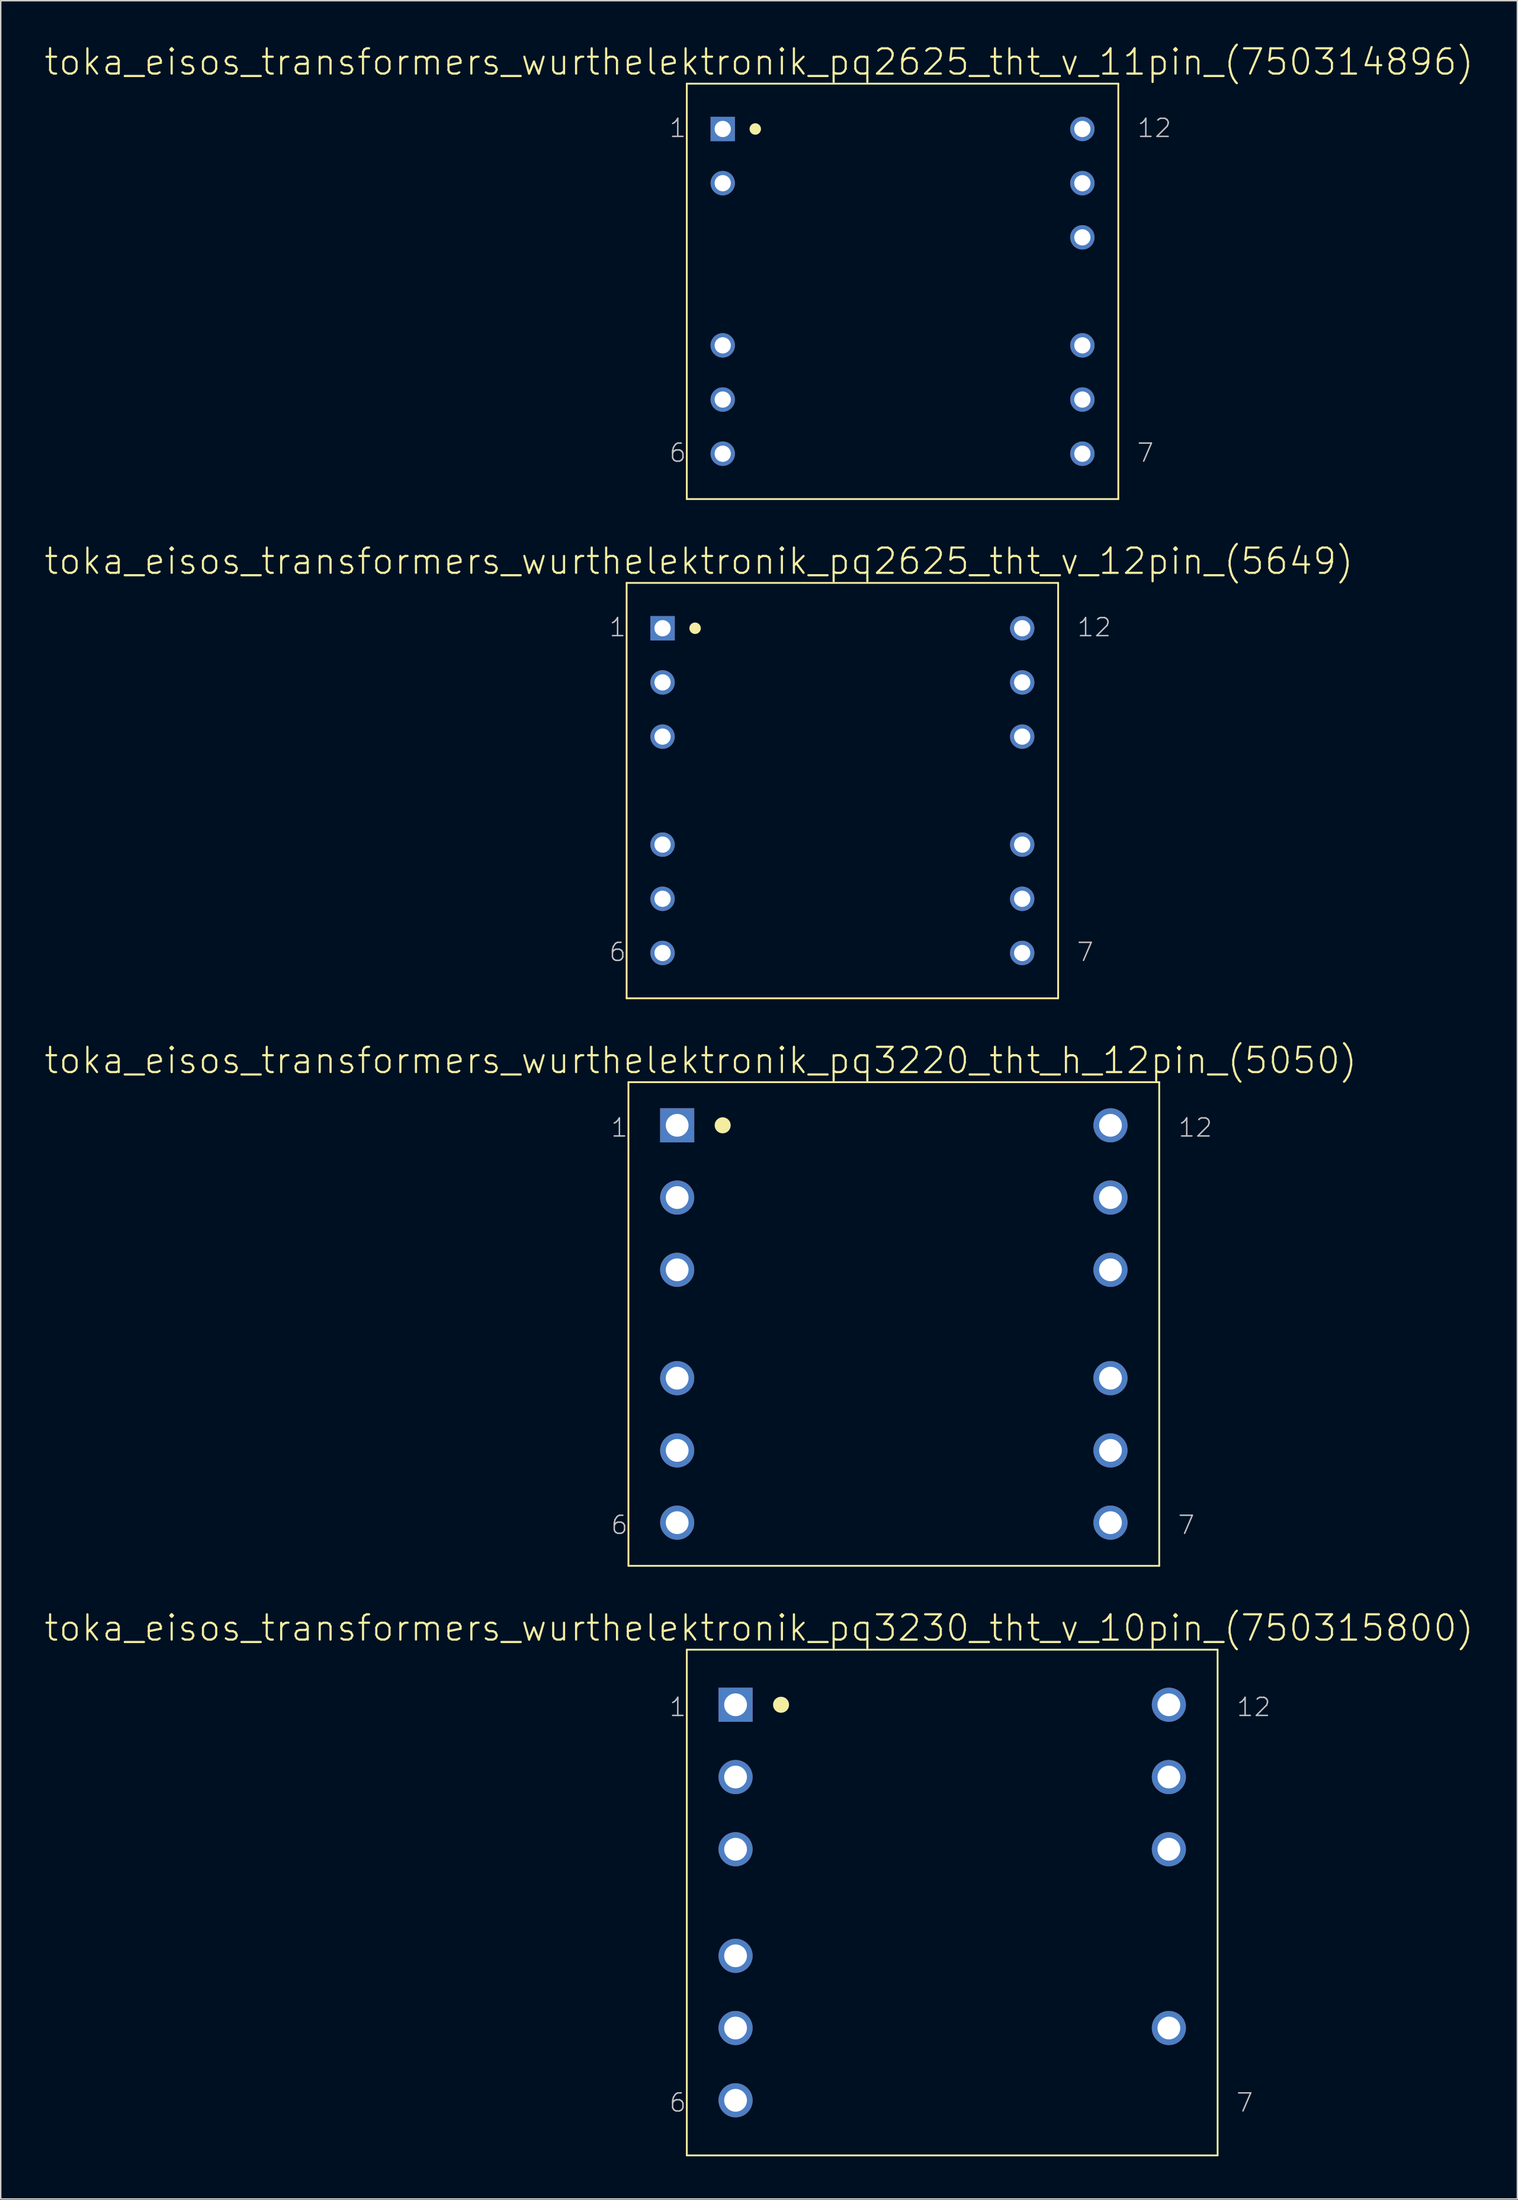
<source format=kicad_pcb>
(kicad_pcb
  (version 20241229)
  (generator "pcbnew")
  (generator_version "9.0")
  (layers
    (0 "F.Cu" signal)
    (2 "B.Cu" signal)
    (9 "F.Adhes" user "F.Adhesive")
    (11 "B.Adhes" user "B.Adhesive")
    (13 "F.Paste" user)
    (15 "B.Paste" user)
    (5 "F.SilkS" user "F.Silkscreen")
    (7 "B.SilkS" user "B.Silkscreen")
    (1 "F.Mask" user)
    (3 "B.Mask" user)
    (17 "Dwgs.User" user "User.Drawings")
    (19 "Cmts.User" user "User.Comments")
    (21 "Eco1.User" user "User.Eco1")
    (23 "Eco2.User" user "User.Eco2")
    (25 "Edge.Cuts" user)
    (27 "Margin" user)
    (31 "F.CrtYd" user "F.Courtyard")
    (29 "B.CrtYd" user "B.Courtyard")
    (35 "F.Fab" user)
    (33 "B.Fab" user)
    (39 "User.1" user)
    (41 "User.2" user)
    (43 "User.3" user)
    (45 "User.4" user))
  (footprint "toka_eisos_transformers_wurthelektronik_pq2625_tht_v_11pin_(750314896)"
    (layer "F.Cu")
    (at 60.439 17.437)
    (property "Reference" "toka_eisos_transformers_wurthelektronik_pq2625_tht_v_11pin_(750314896)" (at -10.097 -16.129 0) (layer "F.SilkS") (effects (font (size 1.778 1.778) (thickness 0.152))))
    (attr exclude_from_pos_files exclude_from_bom)
    (fp_line (start -15.177 -14.605) (end -15.177 14.605) (stroke (width 0.127) (type solid)) (layer "F.SilkS"))
    (fp_line (start -15.177 -14.605) (end 15.177 -14.605) (stroke (width 0.127) (type solid)) (layer "F.SilkS"))
    (fp_line (start -15.177 14.605) (end 15.177 14.605) (stroke (width 0.127) (type solid)) (layer "F.SilkS"))
    (fp_line (start 15.177 -14.605) (end 15.177 14.605) (stroke (width 0.127) (type solid)) (layer "F.SilkS"))
    (fp_circle (center -10.361 -11.417) (end -10.645 -11.702) (stroke (width 0) (type solid)) (fill yes) (layer "F.SilkS"))
    (fp_text user "7" (at 17.081 11.354 0) (layer "Dwgs.User") (effects (font (size 1.27 1.27) (thickness 0.102))))
    (fp_text user "1" (at -15.812 -11.481 0) (layer "Dwgs.User") (effects (font (size 1.27 1.27) (thickness 0.102))))
    (fp_text user "12" (at 17.716 -11.481 0) (layer "Dwgs.User") (effects (font (size 1.27 1.27) (thickness 0.102))))
    (fp_text user "6" (at -15.812 11.354 0) (layer "Dwgs.User") (effects (font (size 1.27 1.27) (thickness 0.102))))
    (pad "1" thru_hole rect (at -12.649 -11.417) (size 1.714 1.714) (drill 1.143) (layers "*.Cu" "*.Paste" "*.Mask"))
    (pad "2" thru_hole circle (at -12.649 -7.607) (size 1.714 1.714) (drill 1.143) (layers "*.Cu" "*.Paste" "*.Mask"))
    (pad "4" thru_hole circle (at -12.649 3.797) (size 1.714 1.714) (drill 1.143) (layers "*.Cu" "*.Paste" "*.Mask"))
    (pad "5" thru_hole circle (at -12.649 7.607) (size 1.714 1.714) (drill 1.143) (layers "*.Cu" "*.Paste" "*.Mask"))
    (pad "6" thru_hole circle (at -12.649 11.417) (size 1.714 1.714) (drill 1.143) (layers "*.Cu" "*.Paste" "*.Mask"))
    (pad "7" thru_hole circle (at 12.649 11.417) (size 1.714 1.714) (drill 1.143) (layers "*.Cu" "*.Paste" "*.Mask"))
    (pad "8" thru_hole circle (at 12.649 7.607) (size 1.714 1.714) (drill 1.143) (layers "*.Cu" "*.Paste" "*.Mask"))
    (pad "9" thru_hole circle (at 12.649 3.797) (size 1.714 1.714) (drill 1.143) (layers "*.Cu" "*.Paste" "*.Mask"))
    (pad "10" thru_hole circle (at 12.649 -3.797) (size 1.714 1.714) (drill 1.143) (layers "*.Cu" "*.Paste" "*.Mask"))
    (pad "11" thru_hole circle (at 12.649 -7.607) (size 1.714 1.714) (drill 1.143) (layers "*.Cu" "*.Paste" "*.Mask"))
    (pad "12" thru_hole circle (at 12.649 -11.417) (size 1.714 1.714) (drill 1.143) (layers "*.Cu" "*.Paste" "*.Mask")))
  (footprint "toka_eisos_transformers_wurthelektronik_pq3230_tht_v_10pin_(750315800)"
    (layer "F.Cu")
    (at 63.932 130.727)
    (property "Reference" "toka_eisos_transformers_wurthelektronik_pq3230_tht_v_10pin_(750315800)" (at -13.589 -19.304 0) (layer "F.SilkS") (effects (font (size 1.778 1.778) (thickness 0.152))))
    (attr exclude_from_pos_files exclude_from_bom)
    (fp_line (start -18.669 -17.78) (end -18.669 17.78) (stroke (width 0.127) (type solid)) (layer "F.SilkS"))
    (fp_line (start -18.669 -17.78) (end 18.669 -17.78) (stroke (width 0.127) (type solid)) (layer "F.SilkS"))
    (fp_line (start -18.669 17.78) (end 18.669 17.78) (stroke (width 0.127) (type solid)) (layer "F.SilkS"))
    (fp_line (start 18.669 -17.78) (end 18.669 17.78) (stroke (width 0.127) (type solid)) (layer "F.SilkS"))
    (fp_circle (center -12.04 -13.906) (end -12.438 -14.305) (stroke (width 0) (type solid)) (fill yes) (layer "F.SilkS"))
    (fp_text user "7" (at 20.574 14.072 0) (layer "Dwgs.User") (effects (font (size 1.27 1.27) (thickness 0.102))))
    (fp_text user "6" (at -19.304 14.072 0) (layer "Dwgs.User") (effects (font (size 1.27 1.27) (thickness 0.102))))
    (fp_text user "12" (at 21.209 -13.741 0) (layer "Dwgs.User") (effects (font (size 1.27 1.27) (thickness 0.102))))
    (fp_text user "1" (at -19.304 -13.741 0) (layer "Dwgs.User") (effects (font (size 1.27 1.27) (thickness 0.102))))
    (pad "1" thru_hole rect (at -15.24 -13.906) (size 2.4 2.4) (drill 1.6) (layers "*.Cu" "*.Paste" "*.Mask"))
    (pad "2" thru_hole circle (at -15.24 -8.824) (size 2.4 2.4) (drill 1.6) (layers "*.Cu" "*.Paste" "*.Mask"))
    (pad "3" thru_hole circle (at -15.24 -3.747) (size 2.4 2.4) (drill 1.6) (layers "*.Cu" "*.Paste" "*.Mask"))
    (pad "4" thru_hole circle (at -15.24 3.747) (size 2.4 2.4) (drill 1.6) (layers "*.Cu" "*.Paste" "*.Mask"))
    (pad "5" thru_hole circle (at -15.24 8.824) (size 2.4 2.4) (drill 1.6) (layers "*.Cu" "*.Paste" "*.Mask"))
    (pad "6" thru_hole circle (at -15.24 13.906) (size 2.4 2.4) (drill 1.6) (layers "*.Cu" "*.Paste" "*.Mask"))
    (pad "8" thru_hole circle (at 15.24 8.824) (size 2.4 2.4) (drill 1.6) (layers "*.Cu" "*.Paste" "*.Mask"))
    (pad "10" thru_hole circle (at 15.24 -3.747) (size 2.4 2.4) (drill 1.6) (layers "*.Cu" "*.Paste" "*.Mask"))
    (pad "11" thru_hole circle (at 15.24 -8.824) (size 2.4 2.4) (drill 1.6) (layers "*.Cu" "*.Paste" "*.Mask"))
    (pad "12" thru_hole circle (at 15.24 -13.906) (size 2.4 2.4) (drill 1.6) (layers "*.Cu" "*.Paste" "*.Mask")))
  (footprint "toka_eisos_transformers_wurthelektronik_pq3220_tht_h_12pin_(5050)"
    (layer "F.Cu")
    (at 59.825 90.047)
    (property "Reference" "toka_eisos_transformers_wurthelektronik_pq3220_tht_h_12pin_(5050)" (at -13.589 -18.529 0) (layer "F.SilkS") (effects (font (size 1.778 1.778) (thickness 0.152))))
    (attr exclude_from_pos_files exclude_from_bom)
    (fp_line (start -18.669 -17.005) (end -18.669 17.005) (stroke (width 0.127) (type solid)) (layer "F.SilkS"))
    (fp_line (start -18.669 -17.005) (end 18.669 -17.005) (stroke (width 0.127) (type solid)) (layer "F.SilkS"))
    (fp_line (start -18.669 17.005) (end 18.669 17.005) (stroke (width 0.127) (type solid)) (layer "F.SilkS"))
    (fp_line (start 18.669 -17.005) (end 18.669 17.005) (stroke (width 0.127) (type solid)) (layer "F.SilkS"))
    (fp_circle (center -12.04 -13.97) (end -12.438 -14.369) (stroke (width 0) (type solid)) (fill yes) (layer "F.SilkS"))
    (fp_text user "1" (at -19.304 -13.805 0) (layer "Dwgs.User") (effects (font (size 1.27 1.27) (thickness 0.102))))
    (fp_text user "7" (at 20.574 14.135 0) (layer "Dwgs.User") (effects (font (size 1.27 1.27) (thickness 0.102))))
    (fp_text user "12" (at 21.209 -13.805 0) (layer "Dwgs.User") (effects (font (size 1.27 1.27) (thickness 0.102))))
    (fp_text user "6" (at -19.304 14.135 0) (layer "Dwgs.User") (effects (font (size 1.27 1.27) (thickness 0.102))))
    (pad "1" thru_hole rect (at -15.24 -13.97) (size 2.4 2.4) (drill 1.6) (layers "*.Cu" "*.Paste" "*.Mask"))
    (pad "2" thru_hole circle (at -15.24 -8.89) (size 2.4 2.4) (drill 1.6) (layers "*.Cu" "*.Paste" "*.Mask"))
    (pad "3" thru_hole circle (at -15.24 -3.81) (size 2.4 2.4) (drill 1.6) (layers "*.Cu" "*.Paste" "*.Mask"))
    (pad "4" thru_hole circle (at -15.24 3.81) (size 2.4 2.4) (drill 1.6) (layers "*.Cu" "*.Paste" "*.Mask"))
    (pad "5" thru_hole circle (at -15.24 8.89) (size 2.4 2.4) (drill 1.6) (layers "*.Cu" "*.Paste" "*.Mask"))
    (pad "6" thru_hole circle (at -15.24 13.97) (size 2.4 2.4) (drill 1.6) (layers "*.Cu" "*.Paste" "*.Mask"))
    (pad "7" thru_hole circle (at 15.24 13.97) (size 2.4 2.4) (drill 1.6) (layers "*.Cu" "*.Paste" "*.Mask"))
    (pad "8" thru_hole circle (at 15.24 8.89) (size 2.4 2.4) (drill 1.6) (layers "*.Cu" "*.Paste" "*.Mask"))
    (pad "9" thru_hole circle (at 15.24 3.81) (size 2.4 2.4) (drill 1.6) (layers "*.Cu" "*.Paste" "*.Mask"))
    (pad "10" thru_hole circle (at 15.24 -3.81) (size 2.4 2.4) (drill 1.6) (layers "*.Cu" "*.Paste" "*.Mask"))
    (pad "11" thru_hole circle (at 15.24 -8.89) (size 2.4 2.4) (drill 1.6) (layers "*.Cu" "*.Paste" "*.Mask"))
    (pad "12" thru_hole circle (at 15.24 -13.97) (size 2.4 2.4) (drill 1.6) (layers "*.Cu" "*.Paste" "*.Mask")))
  (footprint "toka_eisos_transformers_wurthelektronik_pq2625_tht_v_12pin_(5649)"
    (layer "F.Cu")
    (at 56.206 52.542)
    (property "Reference" "toka_eisos_transformers_wurthelektronik_pq2625_tht_v_12pin_(5649)" (at -10.097 -16.129 0) (layer "F.SilkS") (effects (font (size 1.778 1.778) (thickness 0.152))))
    (attr exclude_from_pos_files exclude_from_bom)
    (fp_line (start -15.177 -14.605) (end -15.177 14.605) (stroke (width 0.127) (type solid)) (layer "F.SilkS"))
    (fp_line (start -15.177 -14.605) (end 15.177 -14.605) (stroke (width 0.127) (type solid)) (layer "F.SilkS"))
    (fp_line (start -15.177 14.605) (end 15.177 14.605) (stroke (width 0.127) (type solid)) (layer "F.SilkS"))
    (fp_line (start 15.177 -14.605) (end 15.177 14.605) (stroke (width 0.127) (type solid)) (layer "F.SilkS"))
    (fp_circle (center -10.361 -11.417) (end -10.645 -11.702) (stroke (width 0) (type solid)) (fill yes) (layer "F.SilkS"))
    (fp_text user "7" (at 17.081 11.354 0) (layer "Dwgs.User") (effects (font (size 1.27 1.27) (thickness 0.102))))
    (fp_text user "6" (at -15.812 11.354 0) (layer "Dwgs.User") (effects (font (size 1.27 1.27) (thickness 0.102))))
    (fp_text user "12" (at 17.716 -11.481 0) (layer "Dwgs.User") (effects (font (size 1.27 1.27) (thickness 0.102))))
    (fp_text user "1" (at -15.812 -11.481 0) (layer "Dwgs.User") (effects (font (size 1.27 1.27) (thickness 0.102))))
    (pad "1" thru_hole rect (at -12.649 -11.417) (size 1.714 1.714) (drill 1.143) (layers "*.Cu" "*.Paste" "*.Mask"))
    (pad "2" thru_hole circle (at -12.649 -7.607) (size 1.714 1.714) (drill 1.143) (layers "*.Cu" "*.Paste" "*.Mask"))
    (pad "3" thru_hole circle (at -12.649 -3.797) (size 1.714 1.714) (drill 1.143) (layers "*.Cu" "*.Paste" "*.Mask"))
    (pad "4" thru_hole circle (at -12.649 3.797) (size 1.714 1.714) (drill 1.143) (layers "*.Cu" "*.Paste" "*.Mask"))
    (pad "5" thru_hole circle (at -12.649 7.607) (size 1.714 1.714) (drill 1.143) (layers "*.Cu" "*.Paste" "*.Mask"))
    (pad "6" thru_hole circle (at -12.649 11.417) (size 1.714 1.714) (drill 1.143) (layers "*.Cu" "*.Paste" "*.Mask"))
    (pad "7" thru_hole circle (at 12.649 11.417) (size 1.714 1.714) (drill 1.143) (layers "*.Cu" "*.Paste" "*.Mask"))
    (pad "8" thru_hole circle (at 12.649 7.607) (size 1.714 1.714) (drill 1.143) (layers "*.Cu" "*.Paste" "*.Mask"))
    (pad "9" thru_hole circle (at 12.649 3.797) (size 1.714 1.714) (drill 1.143) (layers "*.Cu" "*.Paste" "*.Mask"))
    (pad "10" thru_hole circle (at 12.649 -3.797) (size 1.714 1.714) (drill 1.143) (layers "*.Cu" "*.Paste" "*.Mask"))
    (pad "11" thru_hole circle (at 12.649 -7.607) (size 1.714 1.714) (drill 1.143) (layers "*.Cu" "*.Paste" "*.Mask"))
    (pad "12" thru_hole circle (at 12.649 -11.417) (size 1.714 1.714) (drill 1.143) (layers "*.Cu" "*.Paste" "*.Mask")))
  (gr_rect
    (start -3 -3)
    (end 103.686 151.571)
    (stroke (width 0.1) (type default))
    (fill no)
    (layer "Edge.Cuts")))
</source>
